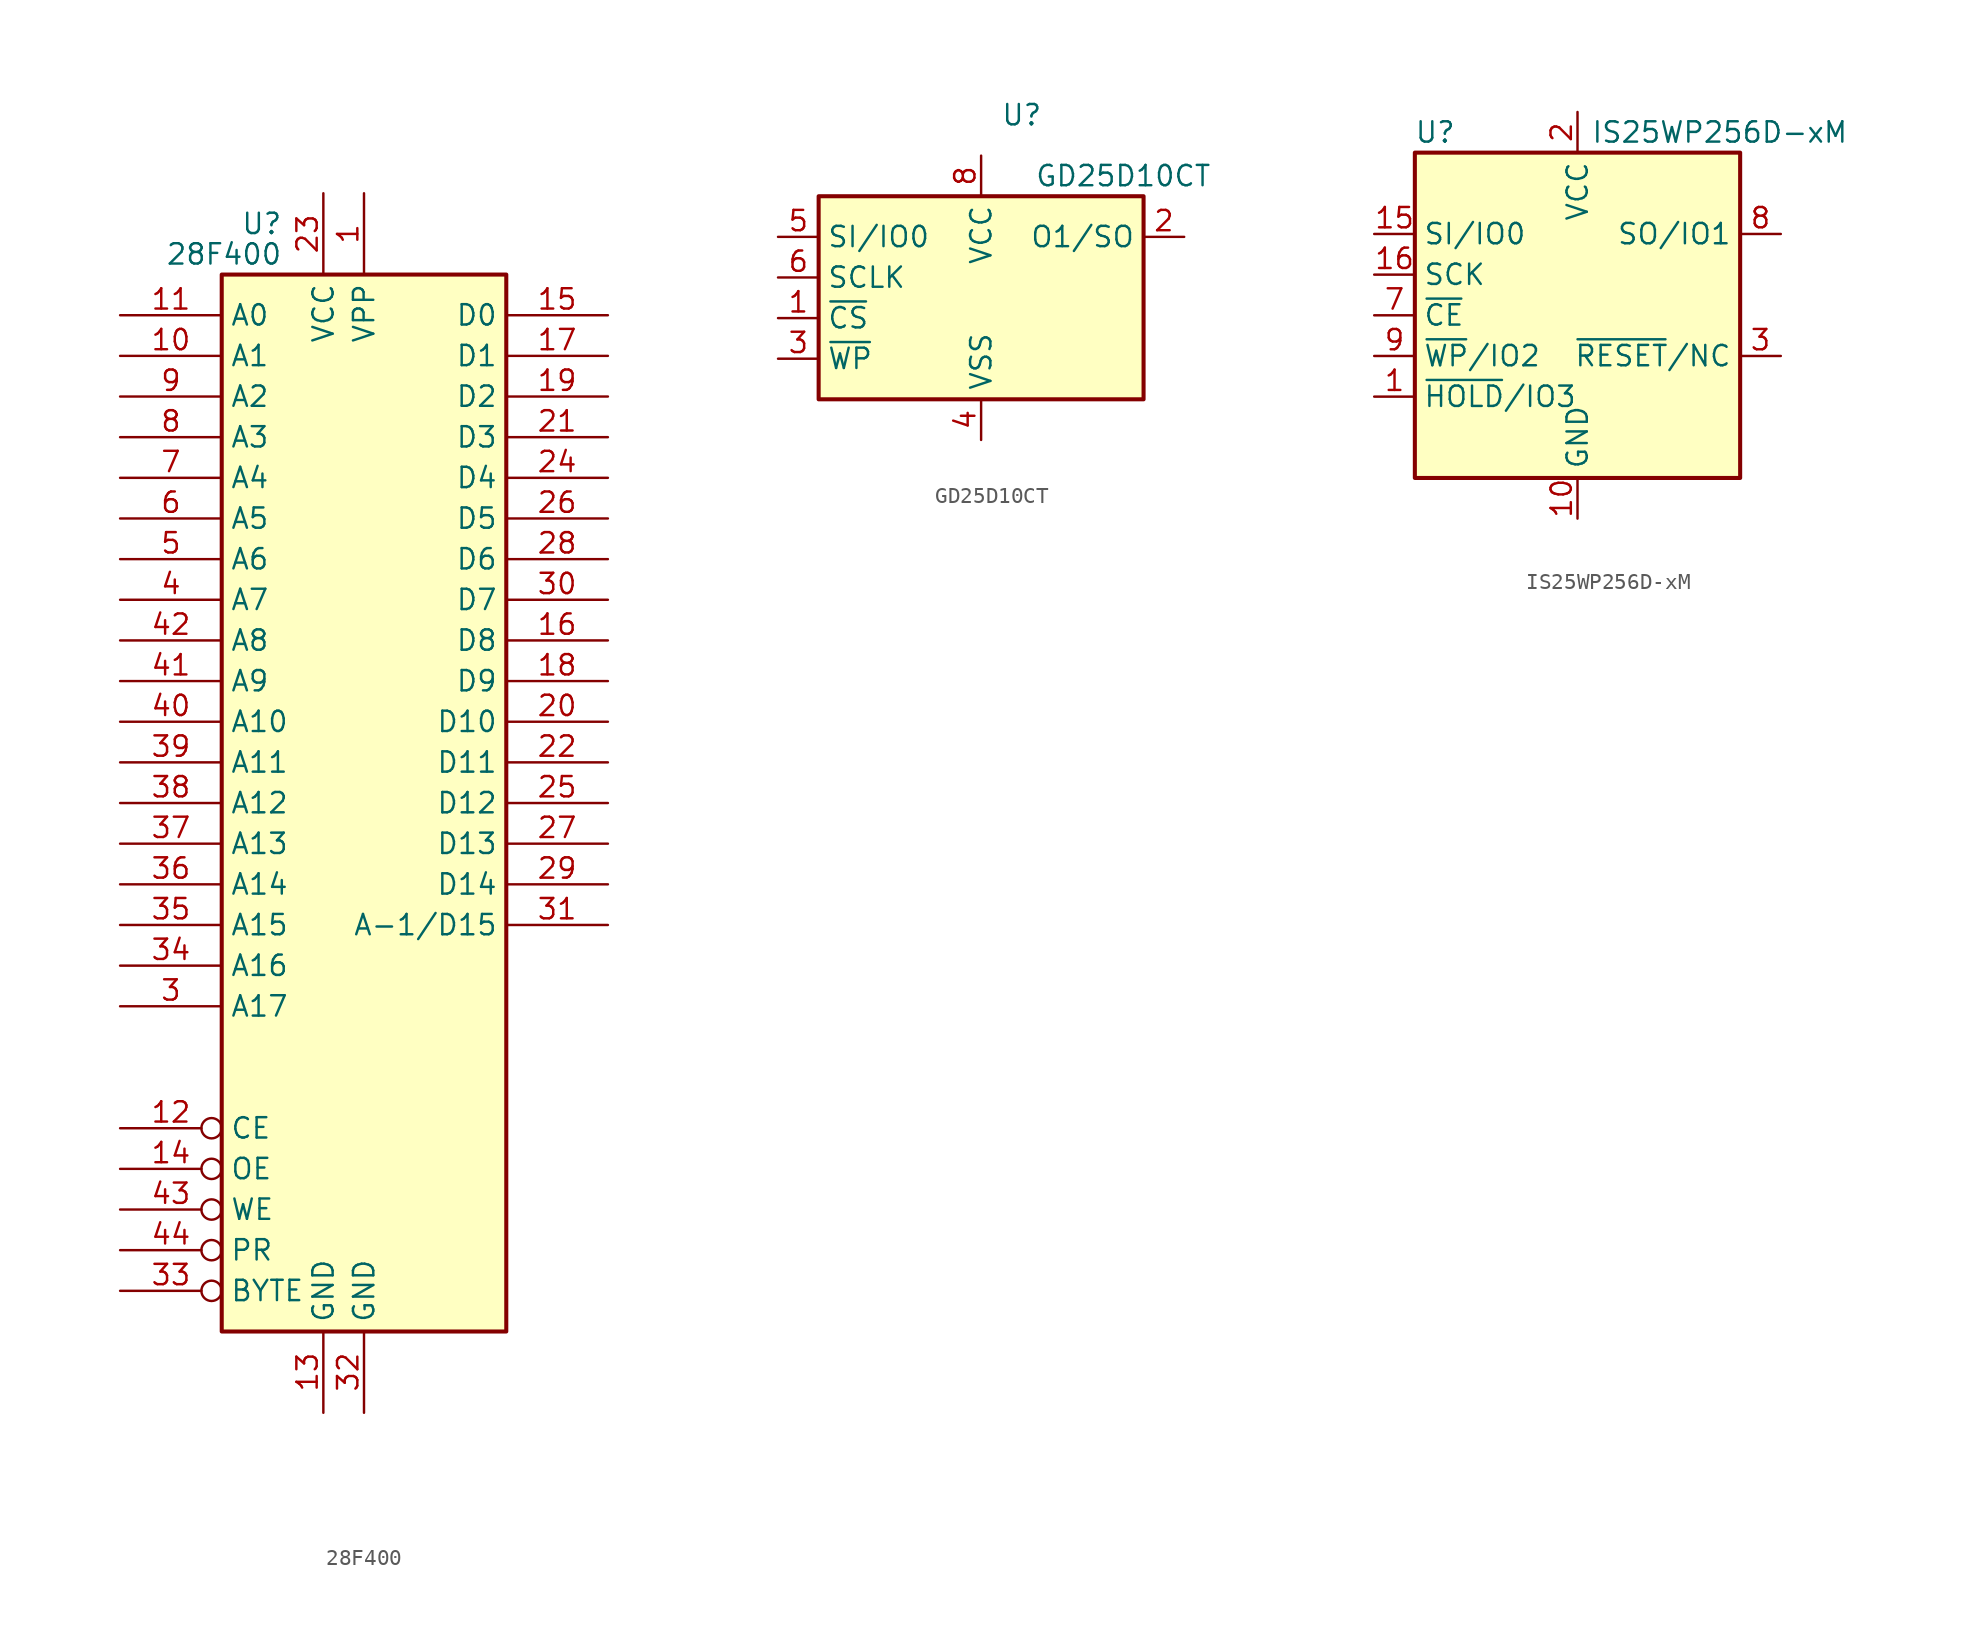
<source format=kicad_sym>
(kicad_symbol_lib
  (version 20200908)
  (generator kicad_symbol_editor)
  (symbol "Memory_Flash:28F400"
    (property "Reference" "U"
      (at -5.08 36.195 0)
      (effects (font (size 1.27 1.27)) (justify right)))
    (property "Value" "28F400"
      (at -5.08 34.29 0)
      (effects (font (size 1.27 1.27)) (justify right)))
    (symbol "28F400_0_1"
      (rectangle (start -8.89 33.02) (end 8.89 -33.02) (stroke (width 0.254)) (fill (type background))))
    (symbol "28F400_1_1"
      (pin power_in line (at 0 38.1 270) (length 5.08) (name "VPP" (effects (font (size 1.27 1.27)))) (number "1" (effects (font (size 1.27 1.27)))))
      (pin input line (at -15.24 27.94 0) (length 6.35) (name "A1" (effects (font (size 1.27 1.27)))) (number "10" (effects (font (size 1.27 1.27)))))
      (pin input line (at -15.24 30.48 0) (length 6.35) (name "A0" (effects (font (size 1.27 1.27)))) (number "11" (effects (font (size 1.27 1.27)))))
      (pin input inverted (at -15.24 -20.32 0) (length 6.35) (name "CE" (effects (font (size 1.27 1.27)))) (number "12" (effects (font (size 1.27 1.27)))))
      (pin power_in line (at -2.54 -38.1 90) (length 5.08) (name "GND" (effects (font (size 1.27 1.27)))) (number "13" (effects (font (size 1.27 1.27)))))
      (pin input inverted (at -15.24 -22.86 0) (length 6.35) (name "OE" (effects (font (size 1.27 1.27)))) (number "14" (effects (font (size 1.27 1.27)))))
      (pin tri_state line (at 15.24 30.48 180) (length 6.35) (name "D0" (effects (font (size 1.27 1.27)))) (number "15" (effects (font (size 1.27 1.27)))))
      (pin tri_state line (at 15.24 10.16 180) (length 6.35) (name "D8" (effects (font (size 1.27 1.27)))) (number "16" (effects (font (size 1.27 1.27)))))
      (pin tri_state line (at 15.24 27.94 180) (length 6.35) (name "D1" (effects (font (size 1.27 1.27)))) (number "17" (effects (font (size 1.27 1.27)))))
      (pin tri_state line (at 15.24 7.62 180) (length 6.35) (name "D9" (effects (font (size 1.27 1.27)))) (number "18" (effects (font (size 1.27 1.27)))))
      (pin tri_state line (at 15.24 25.4 180) (length 6.35) (name "D2" (effects (font (size 1.27 1.27)))) (number "19" (effects (font (size 1.27 1.27)))))
      (pin unconnected line (at 15.24 -30.48 180) (length 6.35) hide (name "DU" (effects (font (size 1.27 1.27)))) (number "2" (effects (font (size 1.27 1.27)))))
      (pin tri_state line (at 15.24 5.08 180) (length 6.35) (name "D10" (effects (font (size 1.27 1.27)))) (number "20" (effects (font (size 1.27 1.27)))))
      (pin tri_state line (at 15.24 22.86 180) (length 6.35) (name "D3" (effects (font (size 1.27 1.27)))) (number "21" (effects (font (size 1.27 1.27)))))
      (pin tri_state line (at 15.24 2.54 180) (length 6.35) (name "D11" (effects (font (size 1.27 1.27)))) (number "22" (effects (font (size 1.27 1.27)))))
      (pin power_in line (at -2.54 38.1 270) (length 5.08) (name "VCC" (effects (font (size 1.27 1.27)))) (number "23" (effects (font (size 1.27 1.27)))))
      (pin tri_state line (at 15.24 20.32 180) (length 6.35) (name "D4" (effects (font (size 1.27 1.27)))) (number "24" (effects (font (size 1.27 1.27)))))
      (pin tri_state line (at 15.24 0 180) (length 6.35) (name "D12" (effects (font (size 1.27 1.27)))) (number "25" (effects (font (size 1.27 1.27)))))
      (pin tri_state line (at 15.24 17.78 180) (length 6.35) (name "D5" (effects (font (size 1.27 1.27)))) (number "26" (effects (font (size 1.27 1.27)))))
      (pin tri_state line (at 15.24 -2.54 180) (length 6.35) (name "D13" (effects (font (size 1.27 1.27)))) (number "27" (effects (font (size 1.27 1.27)))))
      (pin tri_state line (at 15.24 15.24 180) (length 6.35) (name "D6" (effects (font (size 1.27 1.27)))) (number "28" (effects (font (size 1.27 1.27)))))
      (pin tri_state line (at 15.24 -5.08 180) (length 6.35) (name "D14" (effects (font (size 1.27 1.27)))) (number "29" (effects (font (size 1.27 1.27)))))
      (pin input line (at -15.24 -12.7 0) (length 6.35) (name "A17" (effects (font (size 1.27 1.27)))) (number "3" (effects (font (size 1.27 1.27)))))
      (pin tri_state line (at 15.24 12.7 180) (length 6.35) (name "D7" (effects (font (size 1.27 1.27)))) (number "30" (effects (font (size 1.27 1.27)))))
      (pin tri_state line (at 15.24 -7.62 180) (length 6.35) (name "A-1/D15" (effects (font (size 1.27 1.27)))) (number "31" (effects (font (size 1.27 1.27)))))
      (pin power_in line (at 0 -38.1 90) (length 5.08) (name "GND" (effects (font (size 1.27 1.27)))) (number "32" (effects (font (size 1.27 1.27)))))
      (pin input inverted (at -15.24 -30.48 0) (length 6.35) (name "BYTE" (effects (font (size 1.27 1.27)))) (number "33" (effects (font (size 1.27 1.27)))))
      (pin input line (at -15.24 -10.16 0) (length 6.35) (name "A16" (effects (font (size 1.27 1.27)))) (number "34" (effects (font (size 1.27 1.27)))))
      (pin input line (at -15.24 -7.62 0) (length 6.35) (name "A15" (effects (font (size 1.27 1.27)))) (number "35" (effects (font (size 1.27 1.27)))))
      (pin input line (at -15.24 -5.08 0) (length 6.35) (name "A14" (effects (font (size 1.27 1.27)))) (number "36" (effects (font (size 1.27 1.27)))))
      (pin input line (at -15.24 -2.54 0) (length 6.35) (name "A13" (effects (font (size 1.27 1.27)))) (number "37" (effects (font (size 1.27 1.27)))))
      (pin input line (at -15.24 0 0) (length 6.35) (name "A12" (effects (font (size 1.27 1.27)))) (number "38" (effects (font (size 1.27 1.27)))))
      (pin input line (at -15.24 2.54 0) (length 6.35) (name "A11" (effects (font (size 1.27 1.27)))) (number "39" (effects (font (size 1.27 1.27)))))
      (pin input line (at -15.24 12.7 0) (length 6.35) (name "A7" (effects (font (size 1.27 1.27)))) (number "4" (effects (font (size 1.27 1.27)))))
      (pin input line (at -15.24 5.08 0) (length 6.35) (name "A10" (effects (font (size 1.27 1.27)))) (number "40" (effects (font (size 1.27 1.27)))))
      (pin input line (at -15.24 7.62 0) (length 6.35) (name "A9" (effects (font (size 1.27 1.27)))) (number "41" (effects (font (size 1.27 1.27)))))
      (pin input line (at -15.24 10.16 0) (length 6.35) (name "A8" (effects (font (size 1.27 1.27)))) (number "42" (effects (font (size 1.27 1.27)))))
      (pin input inverted (at -15.24 -25.4 0) (length 6.35) (name "WE" (effects (font (size 1.27 1.27)))) (number "43" (effects (font (size 1.27 1.27)))))
      (pin input inverted (at -15.24 -27.94 0) (length 6.35) (name "PR" (effects (font (size 1.27 1.27)))) (number "44" (effects (font (size 1.27 1.27)))))
      (pin input line (at -15.24 15.24 0) (length 6.35) (name "A6" (effects (font (size 1.27 1.27)))) (number "5" (effects (font (size 1.27 1.27)))))
      (pin input line (at -15.24 17.78 0) (length 6.35) (name "A5" (effects (font (size 1.27 1.27)))) (number "6" (effects (font (size 1.27 1.27)))))
      (pin input line (at -15.24 20.32 0) (length 6.35) (name "A4" (effects (font (size 1.27 1.27)))) (number "7" (effects (font (size 1.27 1.27)))))
      (pin input line (at -15.24 22.86 0) (length 6.35) (name "A3" (effects (font (size 1.27 1.27)))) (number "8" (effects (font (size 1.27 1.27)))))
      (pin input line (at -15.24 25.4 0) (length 6.35) (name "A2" (effects (font (size 1.27 1.27)))) (number "9" (effects (font (size 1.27 1.27)))))))
  (symbol "Memory_Flash:GD25D10CT"
    (property "Reference" "U"
      (at 2.54 12.7 0)
      (effects (font (size 1.27 1.27))))
    (property "Value" "GD25D10CT"
      (at 8.89 8.89 0)
      (effects (font (size 1.27 1.27))))
    (symbol "GD25D10CT_1_1"
      (rectangle (start -10.16 7.62) (end 10.16 -5.08) (stroke (width 0.254)) (fill (type background)))
      (pin input line (at -12.7 0 0) (length 2.54) (name "~CS" (effects (font (size 1.27 1.27)))) (number "1" (effects (font (size 1.27 1.27)))))
      (pin output line (at 12.7 5.08 180) (length 2.54) (name "O1/SO" (effects (font (size 1.27 1.27)))) (number "2" (effects (font (size 1.27 1.27)))))
      (pin input line (at -12.7 -2.54 0) (length 2.54) (name "~WP~" (effects (font (size 1.27 1.27)))) (number "3" (effects (font (size 1.27 1.27)))))
      (pin power_in line (at 0 -7.62 90) (length 2.54) (name "VSS" (effects (font (size 1.27 1.27)))) (number "4" (effects (font (size 1.27 1.27)))))
      (pin bidirectional line (at -12.7 5.08 0) (length 2.54) (name "SI/IO0" (effects (font (size 1.27 1.27)))) (number "5" (effects (font (size 1.27 1.27)))))
      (pin input line (at -12.7 2.54 0) (length 2.54) (name "SCLK" (effects (font (size 1.27 1.27)))) (number "6" (effects (font (size 1.27 1.27)))))
      (pin unconnected line (at 10.16 -2.54 180) (length 2.54) hide (name "NC" (effects (font (size 1.27 1.27)))) (number "7" (effects (font (size 1.27 1.27)))))
      (pin power_in line (at 0 10.16 270) (length 2.54) (name "VCC" (effects (font (size 1.27 1.27)))) (number "8" (effects (font (size 1.27 1.27)))))))
  (symbol "Memory_Flash:IS25WP256D-xM"
    (property "Reference" "U"
      (at -8.89 11.43 0)
      (effects (font (size 1.27 1.27))))
    (property "Value" "IS25WP256D-xM"
      (at 8.89 11.43 0)
      (effects (font (size 1.27 1.27))))
    (symbol "IS25WP256D-xM_0_1"
      (rectangle (start 10.16 -10.16) (end -10.16 10.16) (stroke (width 0.254)) (fill (type background)))
      (pin bidirectional line (at -12.7 -5.08 0) (length 2.54) (name "~HOLD~/IO3" (effects (font (size 1.27 1.27)))) (number "1" (effects (font (size 1.27 1.27)))))
      (pin power_in line (at 0 -12.7 90) (length 2.54) (name "GND" (effects (font (size 1.27 1.27)))) (number "10" (effects (font (size 1.27 1.27)))))
      (pin unconnected line (at 10.16 0 180) (length 2.54) hide (name "NC" (effects (font (size 1.27 1.27)))) (number "11" (effects (font (size 1.27 1.27)))))
      (pin unconnected line (at 10.16 -5.08 180) (length 2.54) hide (name "NC" (effects (font (size 1.27 1.27)))) (number "12" (effects (font (size 1.27 1.27)))))
      (pin unconnected line (at 10.16 7.62 180) (length 2.54) hide (name "NC" (effects (font (size 1.27 1.27)))) (number "13" (effects (font (size 1.27 1.27)))))
      (pin unconnected line (at 10.16 -7.62 180) (length 2.54) hide (name "NC" (effects (font (size 1.27 1.27)))) (number "14" (effects (font (size 1.27 1.27)))))
      (pin bidirectional line (at -12.7 5.08 0) (length 2.54) (name "SI/IO0" (effects (font (size 1.27 1.27)))) (number "15" (effects (font (size 1.27 1.27)))))
      (pin input line (at -12.7 2.54 0) (length 2.54) (name "SCK" (effects (font (size 1.27 1.27)))) (number "16" (effects (font (size 1.27 1.27)))))
      (pin power_in line (at 0 12.7 270) (length 2.54) (name "VCC" (effects (font (size 1.27 1.27)))) (number "2" (effects (font (size 1.27 1.27)))))
      (pin input line (at 12.7 -2.54 180) (length 2.54) (name "~RESET~/NC" (effects (font (size 1.27 1.27)))) (number "3" (effects (font (size 1.27 1.27)))))
      (pin unconnected line (at -10.16 7.62 0) (length 2.54) hide (name "NC" (effects (font (size 1.27 1.27)))) (number "4" (effects (font (size 1.27 1.27)))))
      (pin unconnected line (at -10.16 -7.62 0) (length 2.54) hide (name "NC" (effects (font (size 1.27 1.27)))) (number "5" (effects (font (size 1.27 1.27)))))
      (pin unconnected line (at 10.16 2.54 180) (length 2.54) hide (name "NC" (effects (font (size 1.27 1.27)))) (number "6" (effects (font (size 1.27 1.27)))))
      (pin input line (at -12.7 0 0) (length 2.54) (name "~CE" (effects (font (size 1.27 1.27)))) (number "7" (effects (font (size 1.27 1.27)))))
      (pin bidirectional line (at 12.7 5.08 180) (length 2.54) (name "SO/IO1" (effects (font (size 1.27 1.27)))) (number "8" (effects (font (size 1.27 1.27)))))
      (pin bidirectional line (at -12.7 -2.54 0) (length 2.54) (name "~WP~/IO2" (effects (font (size 1.27 1.27)))) (number "9" (effects (font (size 1.27 1.27))))))))
</source>
